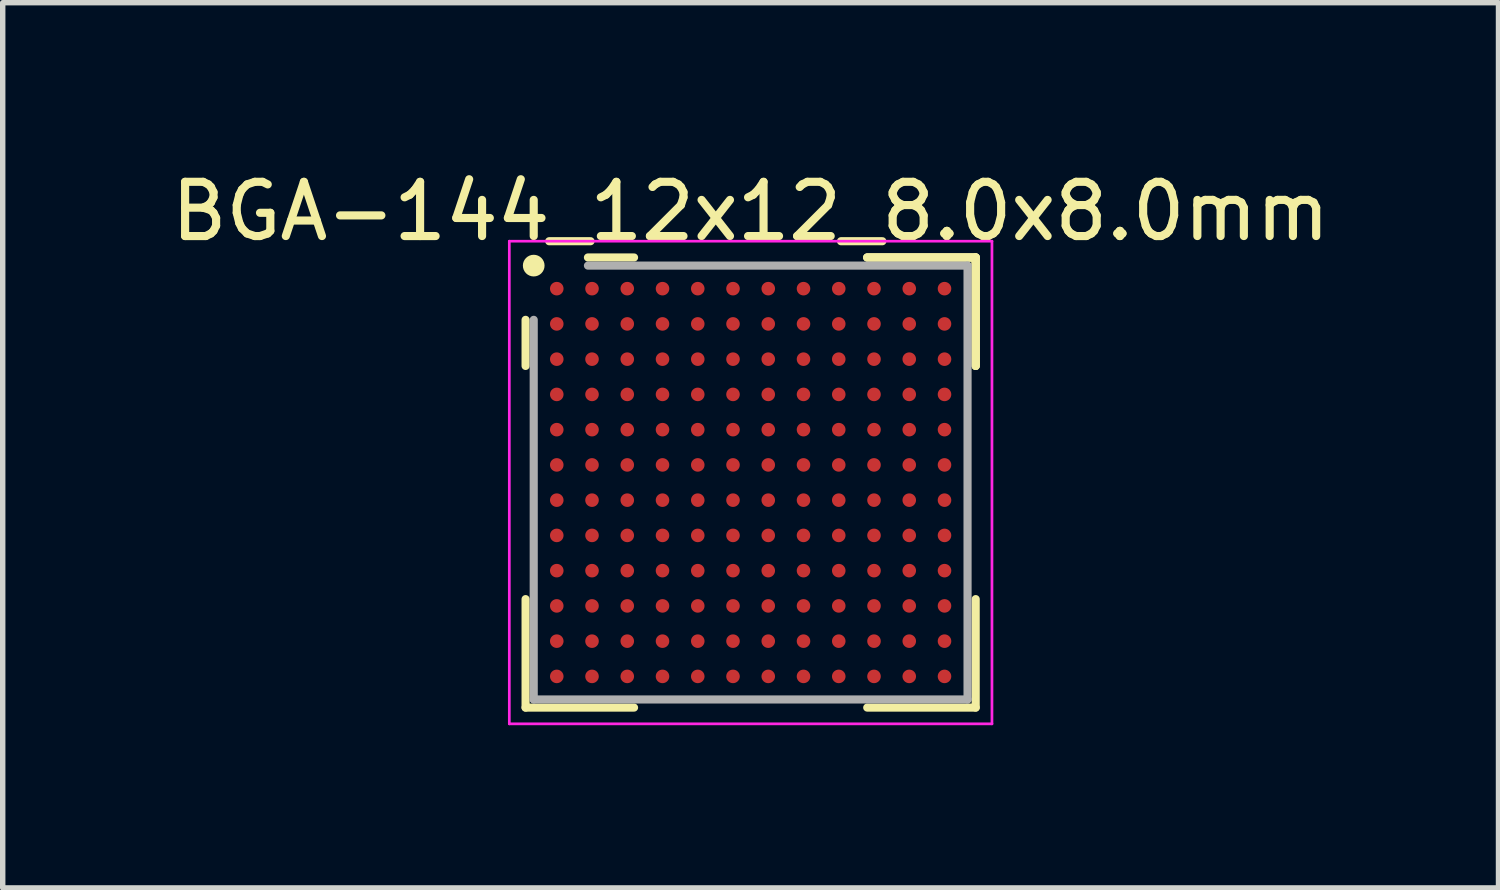
<source format=kicad_pcb>
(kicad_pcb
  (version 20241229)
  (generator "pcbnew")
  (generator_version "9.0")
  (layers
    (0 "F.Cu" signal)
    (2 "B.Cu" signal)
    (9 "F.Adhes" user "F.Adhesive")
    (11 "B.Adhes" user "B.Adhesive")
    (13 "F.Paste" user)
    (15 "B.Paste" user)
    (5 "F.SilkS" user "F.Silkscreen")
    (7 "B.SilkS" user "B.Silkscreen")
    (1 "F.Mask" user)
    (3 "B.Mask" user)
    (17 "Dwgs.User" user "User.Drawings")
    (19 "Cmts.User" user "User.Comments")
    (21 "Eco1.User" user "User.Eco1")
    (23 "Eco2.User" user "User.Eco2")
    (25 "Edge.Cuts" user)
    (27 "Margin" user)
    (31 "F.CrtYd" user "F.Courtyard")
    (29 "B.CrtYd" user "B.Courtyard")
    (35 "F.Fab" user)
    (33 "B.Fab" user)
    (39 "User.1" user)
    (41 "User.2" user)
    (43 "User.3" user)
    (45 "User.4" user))
  (footprint "BGA-144_12x12_8.0x8.0mm"
    (layer "F.Cu")
    (at 10.792 5.848)
    (property "Reference" "BGA-144_12x12_8.0x8.0mm" (at 0 -5 0) (layer "F.SilkS") (effects (font (size 1 1) (thickness 0.15))))
    (attr smd)
    (fp_line (start -4.15 -3) (end -4.15 -2.15) (stroke (width 0.15) (type solid)) (layer "F.SilkS"))
    (fp_line (start -4.15 4.15) (end -4.15 2.15) (stroke (width 0.15) (type solid)) (layer "F.SilkS"))
    (fp_line (start -2.15 -4.15) (end -3 -4.15) (stroke (width 0.15) (type solid)) (layer "F.SilkS"))
    (fp_line (start -2.15 4.15) (end -4.15 4.15) (stroke (width 0.15) (type solid)) (layer "F.SilkS"))
    (fp_line (start 2.15 -4.15) (end 4.15 -4.15) (stroke (width 0.15) (type solid)) (layer "F.SilkS"))
    (fp_line (start 2.15 -4.15) (end 4.15 -4.15) (stroke (width 0.15) (type solid)) (layer "F.SilkS"))
    (fp_line (start 2.15 -4.15) (end 4.15 -4.15) (stroke (width 0.15) (type solid)) (layer "F.SilkS"))
    (fp_line (start 2.15 4.15) (end 4.15 4.15) (stroke (width 0.15) (type solid)) (layer "F.SilkS"))
    (fp_line (start 4.15 -4.15) (end 4.15 -2.15) (stroke (width 0.15) (type solid)) (layer "F.SilkS"))
    (fp_line (start 4.15 -4.15) (end 4.15 -2.15) (stroke (width 0.15) (type solid)) (layer "F.SilkS"))
    (fp_line (start 4.15 -4.15) (end 4.15 -2.15) (stroke (width 0.15) (type solid)) (layer "F.SilkS"))
    (fp_line (start 4.15 4.15) (end 4.15 2.15) (stroke (width 0.15) (type solid)) (layer "F.SilkS"))
    (fp_circle (center -4 -4) (end -4 -3.9) (stroke (width 0.2) (type solid)) (fill no) (layer "F.SilkS"))
    (fp_line (start -4.45 -4.45) (end 4.45 -4.45) (stroke (width 0.05) (type solid)) (layer "F.CrtYd"))
    (fp_line (start -4.45 4.45) (end -4.45 -4.45) (stroke (width 0.05) (type solid)) (layer "F.CrtYd"))
    (fp_line (start 4.45 -4.45) (end 4.45 4.45) (stroke (width 0.05) (type solid)) (layer "F.CrtYd"))
    (fp_line (start 4.45 4.45) (end -4.45 4.45) (stroke (width 0.05) (type solid)) (layer "F.CrtYd"))
    (fp_line (start -4 -3) (end -4 4) (stroke (width 0.15) (type solid)) (layer "F.Fab"))
    (fp_line (start -4 4) (end 4 4) (stroke (width 0.15) (type solid)) (layer "F.Fab"))
    (fp_line (start 4 -4) (end -3 -4) (stroke (width 0.15) (type solid)) (layer "F.Fab"))
    (fp_line (start 4 4) (end 4 -4) (stroke (width 0.15) (type solid)) (layer "F.Fab"))
    (pad "A1" smd circle (at -3.575 -3.575) (size 0.25 0.25) (layers "F.Cu" "F.Mask" "F.Paste"))
    (pad "A2" smd circle (at -2.925 -3.575) (size 0.25 0.25) (layers "F.Cu" "F.Mask" "F.Paste"))
    (pad "A3" smd circle (at -2.275 -3.575) (size 0.25 0.25) (layers "F.Cu" "F.Mask" "F.Paste"))
    (pad "A4" smd circle (at -1.625 -3.575) (size 0.25 0.25) (layers "F.Cu" "F.Mask" "F.Paste"))
    (pad "A5" smd circle (at -0.975 -3.575) (size 0.25 0.25) (layers "F.Cu" "F.Mask" "F.Paste"))
    (pad "A6" smd circle (at -0.325 -3.575) (size 0.25 0.25) (layers "F.Cu" "F.Mask" "F.Paste"))
    (pad "A7" smd circle (at 0.325 -3.575) (size 0.25 0.25) (layers "F.Cu" "F.Mask" "F.Paste"))
    (pad "A8" smd circle (at 0.975 -3.575) (size 0.25 0.25) (layers "F.Cu" "F.Mask" "F.Paste"))
    (pad "A9" smd circle (at 1.625 -3.575) (size 0.25 0.25) (layers "F.Cu" "F.Mask" "F.Paste"))
    (pad "A10" smd circle (at 2.275 -3.575) (size 0.25 0.25) (layers "F.Cu" "F.Mask" "F.Paste"))
    (pad "A11" smd circle (at 2.925 -3.575) (size 0.25 0.25) (layers "F.Cu" "F.Mask" "F.Paste"))
    (pad "A12" smd circle (at 3.575 -3.575) (size 0.25 0.25) (layers "F.Cu" "F.Mask" "F.Paste"))
    (pad "B1" smd circle (at -3.575 -2.925) (size 0.25 0.25) (layers "F.Cu" "F.Mask" "F.Paste"))
    (pad "B2" smd circle (at -2.925 -2.925) (size 0.25 0.25) (layers "F.Cu" "F.Mask" "F.Paste"))
    (pad "B3" smd circle (at -2.275 -2.925) (size 0.25 0.25) (layers "F.Cu" "F.Mask" "F.Paste"))
    (pad "B4" smd circle (at -1.625 -2.925) (size 0.25 0.25) (layers "F.Cu" "F.Mask" "F.Paste"))
    (pad "B5" smd circle (at -0.975 -2.925) (size 0.25 0.25) (layers "F.Cu" "F.Mask" "F.Paste"))
    (pad "B6" smd circle (at -0.325 -2.925) (size 0.25 0.25) (layers "F.Cu" "F.Mask" "F.Paste"))
    (pad "B7" smd circle (at 0.325 -2.925) (size 0.25 0.25) (layers "F.Cu" "F.Mask" "F.Paste"))
    (pad "B8" smd circle (at 0.975 -2.925) (size 0.25 0.25) (layers "F.Cu" "F.Mask" "F.Paste"))
    (pad "B9" smd circle (at 1.625 -2.925) (size 0.25 0.25) (layers "F.Cu" "F.Mask" "F.Paste"))
    (pad "B10" smd circle (at 2.275 -2.925) (size 0.25 0.25) (layers "F.Cu" "F.Mask" "F.Paste"))
    (pad "B11" smd circle (at 2.925 -2.925) (size 0.25 0.25) (layers "F.Cu" "F.Mask" "F.Paste"))
    (pad "B12" smd circle (at 3.575 -2.925) (size 0.25 0.25) (layers "F.Cu" "F.Mask" "F.Paste"))
    (pad "C1" smd circle (at -3.575 -2.275) (size 0.25 0.25) (layers "F.Cu" "F.Mask" "F.Paste"))
    (pad "C2" smd circle (at -2.925 -2.275) (size 0.25 0.25) (layers "F.Cu" "F.Mask" "F.Paste"))
    (pad "C3" smd circle (at -2.275 -2.275) (size 0.25 0.25) (layers "F.Cu" "F.Mask" "F.Paste"))
    (pad "C4" smd circle (at -1.625 -2.275) (size 0.25 0.25) (layers "F.Cu" "F.Mask" "F.Paste"))
    (pad "C5" smd circle (at -0.975 -2.275) (size 0.25 0.25) (layers "F.Cu" "F.Mask" "F.Paste"))
    (pad "C6" smd circle (at -0.325 -2.275) (size 0.25 0.25) (layers "F.Cu" "F.Mask" "F.Paste"))
    (pad "C7" smd circle (at 0.325 -2.275) (size 0.25 0.25) (layers "F.Cu" "F.Mask" "F.Paste"))
    (pad "C8" smd circle (at 0.975 -2.275) (size 0.25 0.25) (layers "F.Cu" "F.Mask" "F.Paste"))
    (pad "C9" smd circle (at 1.625 -2.275) (size 0.25 0.25) (layers "F.Cu" "F.Mask" "F.Paste"))
    (pad "C10" smd circle (at 2.275 -2.275) (size 0.25 0.25) (layers "F.Cu" "F.Mask" "F.Paste"))
    (pad "C11" smd circle (at 2.925 -2.275) (size 0.25 0.25) (layers "F.Cu" "F.Mask" "F.Paste"))
    (pad "C12" smd circle (at 3.575 -2.275) (size 0.25 0.25) (layers "F.Cu" "F.Mask" "F.Paste"))
    (pad "D1" smd circle (at -3.575 -1.625) (size 0.25 0.25) (layers "F.Cu" "F.Mask" "F.Paste"))
    (pad "D2" smd circle (at -2.925 -1.625) (size 0.25 0.25) (layers "F.Cu" "F.Mask" "F.Paste"))
    (pad "D3" smd circle (at -2.275 -1.625) (size 0.25 0.25) (layers "F.Cu" "F.Mask" "F.Paste"))
    (pad "D4" smd circle (at -1.625 -1.625) (size 0.25 0.25) (layers "F.Cu" "F.Mask" "F.Paste"))
    (pad "D5" smd circle (at -0.975 -1.625) (size 0.25 0.25) (layers "F.Cu" "F.Mask" "F.Paste"))
    (pad "D6" smd circle (at -0.325 -1.625) (size 0.25 0.25) (layers "F.Cu" "F.Mask" "F.Paste"))
    (pad "D7" smd circle (at 0.325 -1.625) (size 0.25 0.25) (layers "F.Cu" "F.Mask" "F.Paste"))
    (pad "D8" smd circle (at 0.975 -1.625) (size 0.25 0.25) (layers "F.Cu" "F.Mask" "F.Paste"))
    (pad "D9" smd circle (at 1.625 -1.625) (size 0.25 0.25) (layers "F.Cu" "F.Mask" "F.Paste"))
    (pad "D10" smd circle (at 2.275 -1.625) (size 0.25 0.25) (layers "F.Cu" "F.Mask" "F.Paste"))
    (pad "D11" smd circle (at 2.925 -1.625) (size 0.25 0.25) (layers "F.Cu" "F.Mask" "F.Paste"))
    (pad "D12" smd circle (at 3.575 -1.625) (size 0.25 0.25) (layers "F.Cu" "F.Mask" "F.Paste"))
    (pad "E1" smd circle (at -3.575 -0.975) (size 0.25 0.25) (layers "F.Cu" "F.Mask" "F.Paste"))
    (pad "E2" smd circle (at -2.925 -0.975) (size 0.25 0.25) (layers "F.Cu" "F.Mask" "F.Paste"))
    (pad "E3" smd circle (at -2.275 -0.975) (size 0.25 0.25) (layers "F.Cu" "F.Mask" "F.Paste"))
    (pad "E4" smd circle (at -1.625 -0.975) (size 0.25 0.25) (layers "F.Cu" "F.Mask" "F.Paste"))
    (pad "E5" smd circle (at -0.975 -0.975) (size 0.25 0.25) (layers "F.Cu" "F.Mask" "F.Paste"))
    (pad "E6" smd circle (at -0.325 -0.975) (size 0.25 0.25) (layers "F.Cu" "F.Mask" "F.Paste"))
    (pad "E7" smd circle (at 0.325 -0.975) (size 0.25 0.25) (layers "F.Cu" "F.Mask" "F.Paste"))
    (pad "E8" smd circle (at 0.975 -0.975) (size 0.25 0.25) (layers "F.Cu" "F.Mask" "F.Paste"))
    (pad "E9" smd circle (at 1.625 -0.975) (size 0.25 0.25) (layers "F.Cu" "F.Mask" "F.Paste"))
    (pad "E10" smd circle (at 2.275 -0.975) (size 0.25 0.25) (layers "F.Cu" "F.Mask" "F.Paste"))
    (pad "E11" smd circle (at 2.925 -0.975) (size 0.25 0.25) (layers "F.Cu" "F.Mask" "F.Paste"))
    (pad "E12" smd circle (at 3.575 -0.975) (size 0.25 0.25) (layers "F.Cu" "F.Mask" "F.Paste"))
    (pad "F1" smd circle (at -3.575 -0.325) (size 0.25 0.25) (layers "F.Cu" "F.Mask" "F.Paste"))
    (pad "F2" smd circle (at -2.925 -0.325) (size 0.25 0.25) (layers "F.Cu" "F.Mask" "F.Paste"))
    (pad "F3" smd circle (at -2.275 -0.325) (size 0.25 0.25) (layers "F.Cu" "F.Mask" "F.Paste"))
    (pad "F4" smd circle (at -1.625 -0.325) (size 0.25 0.25) (layers "F.Cu" "F.Mask" "F.Paste"))
    (pad "F5" smd circle (at -0.975 -0.325) (size 0.25 0.25) (layers "F.Cu" "F.Mask" "F.Paste"))
    (pad "F6" smd circle (at -0.325 -0.325) (size 0.25 0.25) (layers "F.Cu" "F.Mask" "F.Paste"))
    (pad "F7" smd circle (at 0.325 -0.325) (size 0.25 0.25) (layers "F.Cu" "F.Mask" "F.Paste"))
    (pad "F8" smd circle (at 0.975 -0.325) (size 0.25 0.25) (layers "F.Cu" "F.Mask" "F.Paste"))
    (pad "F9" smd circle (at 1.625 -0.325) (size 0.25 0.25) (layers "F.Cu" "F.Mask" "F.Paste"))
    (pad "F10" smd circle (at 2.275 -0.325) (size 0.25 0.25) (layers "F.Cu" "F.Mask" "F.Paste"))
    (pad "F11" smd circle (at 2.925 -0.325) (size 0.25 0.25) (layers "F.Cu" "F.Mask" "F.Paste"))
    (pad "F12" smd circle (at 3.575 -0.325) (size 0.25 0.25) (layers "F.Cu" "F.Mask" "F.Paste"))
    (pad "G1" smd circle (at -3.575 0.325) (size 0.25 0.25) (layers "F.Cu" "F.Mask" "F.Paste"))
    (pad "G2" smd circle (at -2.925 0.325) (size 0.25 0.25) (layers "F.Cu" "F.Mask" "F.Paste"))
    (pad "G3" smd circle (at -2.275 0.325) (size 0.25 0.25) (layers "F.Cu" "F.Mask" "F.Paste"))
    (pad "G4" smd circle (at -1.625 0.325) (size 0.25 0.25) (layers "F.Cu" "F.Mask" "F.Paste"))
    (pad "G5" smd circle (at -0.975 0.325) (size 0.25 0.25) (layers "F.Cu" "F.Mask" "F.Paste"))
    (pad "G6" smd circle (at -0.325 0.325) (size 0.25 0.25) (layers "F.Cu" "F.Mask" "F.Paste"))
    (pad "G7" smd circle (at 0.325 0.325) (size 0.25 0.25) (layers "F.Cu" "F.Mask" "F.Paste"))
    (pad "G8" smd circle (at 0.975 0.325) (size 0.25 0.25) (layers "F.Cu" "F.Mask" "F.Paste"))
    (pad "G9" smd circle (at 1.625 0.325) (size 0.25 0.25) (layers "F.Cu" "F.Mask" "F.Paste"))
    (pad "G10" smd circle (at 2.275 0.325) (size 0.25 0.25) (layers "F.Cu" "F.Mask" "F.Paste"))
    (pad "G11" smd circle (at 2.925 0.325) (size 0.25 0.25) (layers "F.Cu" "F.Mask" "F.Paste"))
    (pad "G12" smd circle (at 3.575 0.325) (size 0.25 0.25) (layers "F.Cu" "F.Mask" "F.Paste"))
    (pad "H1" smd circle (at -3.575 0.975) (size 0.25 0.25) (layers "F.Cu" "F.Mask" "F.Paste"))
    (pad "H2" smd circle (at -2.925 0.975) (size 0.25 0.25) (layers "F.Cu" "F.Mask" "F.Paste"))
    (pad "H3" smd circle (at -2.275 0.975) (size 0.25 0.25) (layers "F.Cu" "F.Mask" "F.Paste"))
    (pad "H4" smd circle (at -1.625 0.975) (size 0.25 0.25) (layers "F.Cu" "F.Mask" "F.Paste"))
    (pad "H5" smd circle (at -0.975 0.975) (size 0.25 0.25) (layers "F.Cu" "F.Mask" "F.Paste"))
    (pad "H6" smd circle (at -0.325 0.975) (size 0.25 0.25) (layers "F.Cu" "F.Mask" "F.Paste"))
    (pad "H7" smd circle (at 0.325 0.975) (size 0.25 0.25) (layers "F.Cu" "F.Mask" "F.Paste"))
    (pad "H8" smd circle (at 0.975 0.975) (size 0.25 0.25) (layers "F.Cu" "F.Mask" "F.Paste"))
    (pad "H9" smd circle (at 1.625 0.975) (size 0.25 0.25) (layers "F.Cu" "F.Mask" "F.Paste"))
    (pad "H10" smd circle (at 2.275 0.975) (size 0.25 0.25) (layers "F.Cu" "F.Mask" "F.Paste"))
    (pad "H11" smd circle (at 2.925 0.975) (size 0.25 0.25) (layers "F.Cu" "F.Mask" "F.Paste"))
    (pad "H12" smd circle (at 3.575 0.975) (size 0.25 0.25) (layers "F.Cu" "F.Mask" "F.Paste"))
    (pad "J1" smd circle (at -3.575 1.625) (size 0.25 0.25) (layers "F.Cu" "F.Mask" "F.Paste"))
    (pad "J2" smd circle (at -2.925 1.625) (size 0.25 0.25) (layers "F.Cu" "F.Mask" "F.Paste"))
    (pad "J3" smd circle (at -2.275 1.625) (size 0.25 0.25) (layers "F.Cu" "F.Mask" "F.Paste"))
    (pad "J4" smd circle (at -1.625 1.625) (size 0.25 0.25) (layers "F.Cu" "F.Mask" "F.Paste"))
    (pad "J5" smd circle (at -0.975 1.625) (size 0.25 0.25) (layers "F.Cu" "F.Mask" "F.Paste"))
    (pad "J6" smd circle (at -0.325 1.625) (size 0.25 0.25) (layers "F.Cu" "F.Mask" "F.Paste"))
    (pad "J7" smd circle (at 0.325 1.625) (size 0.25 0.25) (layers "F.Cu" "F.Mask" "F.Paste"))
    (pad "J8" smd circle (at 0.975 1.625) (size 0.25 0.25) (layers "F.Cu" "F.Mask" "F.Paste"))
    (pad "J9" smd circle (at 1.625 1.625) (size 0.25 0.25) (layers "F.Cu" "F.Mask" "F.Paste"))
    (pad "J10" smd circle (at 2.275 1.625) (size 0.25 0.25) (layers "F.Cu" "F.Mask" "F.Paste"))
    (pad "J11" smd circle (at 2.925 1.625) (size 0.25 0.25) (layers "F.Cu" "F.Mask" "F.Paste"))
    (pad "J12" smd circle (at 3.575 1.625) (size 0.25 0.25) (layers "F.Cu" "F.Mask" "F.Paste"))
    (pad "K1" smd circle (at -3.575 2.275) (size 0.25 0.25) (layers "F.Cu" "F.Mask" "F.Paste"))
    (pad "K2" smd circle (at -2.925 2.275) (size 0.25 0.25) (layers "F.Cu" "F.Mask" "F.Paste"))
    (pad "K3" smd circle (at -2.275 2.275) (size 0.25 0.25) (layers "F.Cu" "F.Mask" "F.Paste"))
    (pad "K4" smd circle (at -1.625 2.275) (size 0.25 0.25) (layers "F.Cu" "F.Mask" "F.Paste"))
    (pad "K5" smd circle (at -0.975 2.275) (size 0.25 0.25) (layers "F.Cu" "F.Mask" "F.Paste"))
    (pad "K6" smd circle (at -0.325 2.275) (size 0.25 0.25) (layers "F.Cu" "F.Mask" "F.Paste"))
    (pad "K7" smd circle (at 0.325 2.275) (size 0.25 0.25) (layers "F.Cu" "F.Mask" "F.Paste"))
    (pad "K8" smd circle (at 0.975 2.275) (size 0.25 0.25) (layers "F.Cu" "F.Mask" "F.Paste"))
    (pad "K9" smd circle (at 1.625 2.275) (size 0.25 0.25) (layers "F.Cu" "F.Mask" "F.Paste"))
    (pad "K10" smd circle (at 2.275 2.275) (size 0.25 0.25) (layers "F.Cu" "F.Mask" "F.Paste"))
    (pad "K11" smd circle (at 2.925 2.275) (size 0.25 0.25) (layers "F.Cu" "F.Mask" "F.Paste"))
    (pad "K12" smd circle (at 3.575 2.275) (size 0.25 0.25) (layers "F.Cu" "F.Mask" "F.Paste"))
    (pad "L1" smd circle (at -3.575 2.925) (size 0.25 0.25) (layers "F.Cu" "F.Mask" "F.Paste"))
    (pad "L2" smd circle (at -2.925 2.925) (size 0.25 0.25) (layers "F.Cu" "F.Mask" "F.Paste"))
    (pad "L3" smd circle (at -2.275 2.925) (size 0.25 0.25) (layers "F.Cu" "F.Mask" "F.Paste"))
    (pad "L4" smd circle (at -1.625 2.925) (size 0.25 0.25) (layers "F.Cu" "F.Mask" "F.Paste"))
    (pad "L5" smd circle (at -0.975 2.925) (size 0.25 0.25) (layers "F.Cu" "F.Mask" "F.Paste"))
    (pad "L6" smd circle (at -0.325 2.925) (size 0.25 0.25) (layers "F.Cu" "F.Mask" "F.Paste"))
    (pad "L7" smd circle (at 0.325 2.925) (size 0.25 0.25) (layers "F.Cu" "F.Mask" "F.Paste"))
    (pad "L8" smd circle (at 0.975 2.925) (size 0.25 0.25) (layers "F.Cu" "F.Mask" "F.Paste"))
    (pad "L9" smd circle (at 1.625 2.925) (size 0.25 0.25) (layers "F.Cu" "F.Mask" "F.Paste"))
    (pad "L10" smd circle (at 2.275 2.925) (size 0.25 0.25) (layers "F.Cu" "F.Mask" "F.Paste"))
    (pad "L11" smd circle (at 2.925 2.925) (size 0.25 0.25) (layers "F.Cu" "F.Mask" "F.Paste"))
    (pad "L12" smd circle (at 3.575 2.925) (size 0.25 0.25) (layers "F.Cu" "F.Mask" "F.Paste"))
    (pad "M1" smd circle (at -3.575 3.575) (size 0.25 0.25) (layers "F.Cu" "F.Mask" "F.Paste"))
    (pad "M2" smd circle (at -2.925 3.575) (size 0.25 0.25) (layers "F.Cu" "F.Mask" "F.Paste"))
    (pad "M3" smd circle (at -2.275 3.575) (size 0.25 0.25) (layers "F.Cu" "F.Mask" "F.Paste"))
    (pad "M4" smd circle (at -1.625 3.575) (size 0.25 0.25) (layers "F.Cu" "F.Mask" "F.Paste"))
    (pad "M5" smd circle (at -0.975 3.575) (size 0.25 0.25) (layers "F.Cu" "F.Mask" "F.Paste"))
    (pad "M6" smd circle (at -0.325 3.575) (size 0.25 0.25) (layers "F.Cu" "F.Mask" "F.Paste"))
    (pad "M7" smd circle (at 0.325 3.575) (size 0.25 0.25) (layers "F.Cu" "F.Mask" "F.Paste"))
    (pad "M8" smd circle (at 0.975 3.575) (size 0.25 0.25) (layers "F.Cu" "F.Mask" "F.Paste"))
    (pad "M9" smd circle (at 1.625 3.575) (size 0.25 0.25) (layers "F.Cu" "F.Mask" "F.Paste"))
    (pad "M10" smd circle (at 2.275 3.575) (size 0.25 0.25) (layers "F.Cu" "F.Mask" "F.Paste"))
    (pad "M11" smd circle (at 2.925 3.575) (size 0.25 0.25) (layers "F.Cu" "F.Mask" "F.Paste"))
    (pad "M12" smd circle (at 3.575 3.575) (size 0.25 0.25) (layers "F.Cu" "F.Mask" "F.Paste")))
  (gr_rect
    (start -3 -3)
    (end 24.583 13.323)
    (stroke (width 0.1) (type default))
    (fill no)
    (layer "Edge.Cuts")))
</source>
